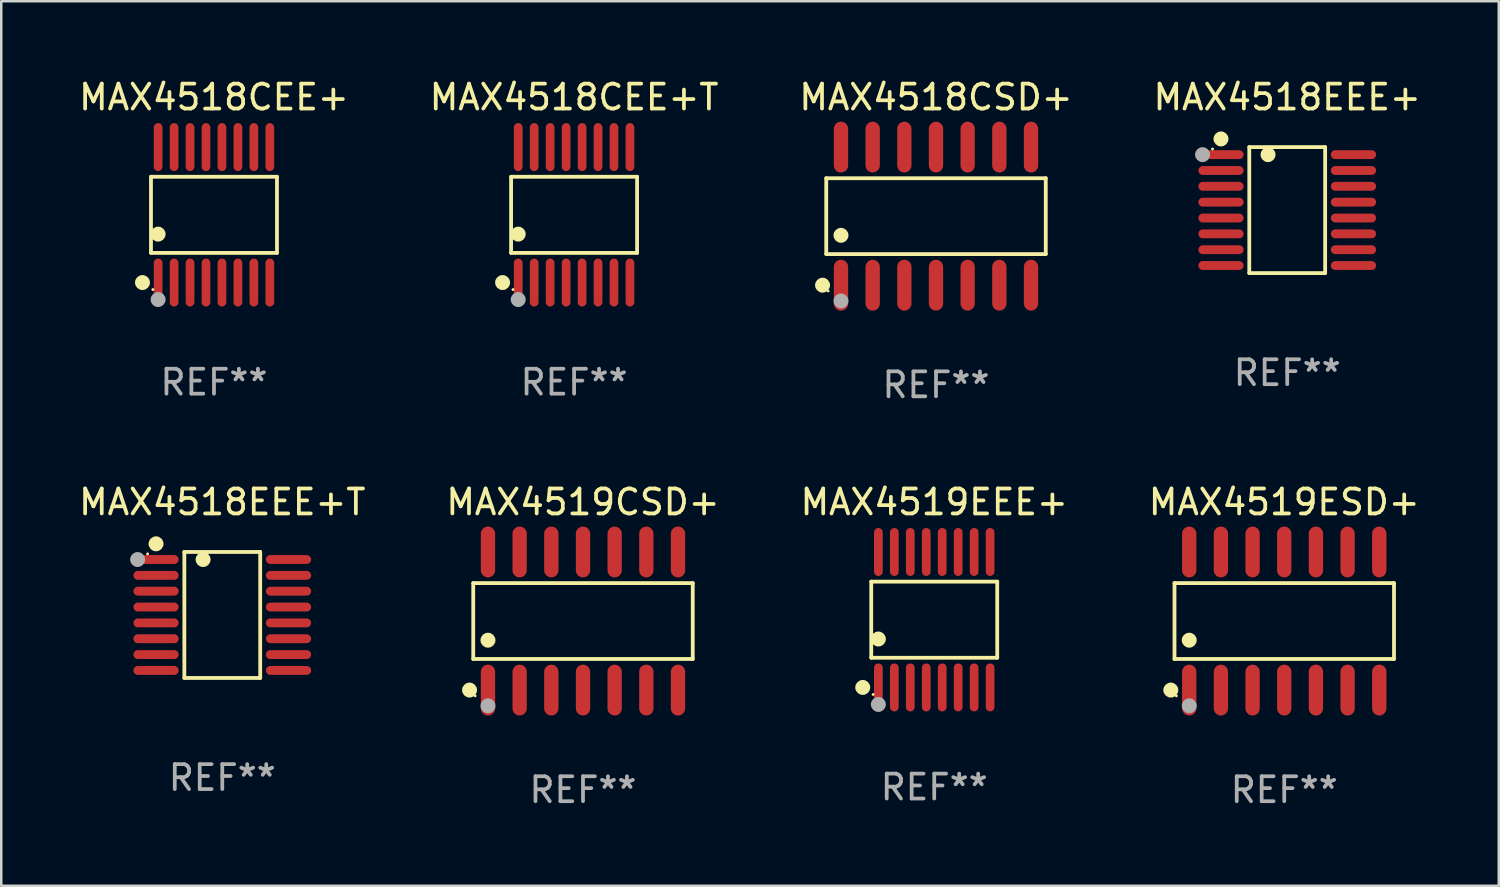
<source format=kicad_pcb>
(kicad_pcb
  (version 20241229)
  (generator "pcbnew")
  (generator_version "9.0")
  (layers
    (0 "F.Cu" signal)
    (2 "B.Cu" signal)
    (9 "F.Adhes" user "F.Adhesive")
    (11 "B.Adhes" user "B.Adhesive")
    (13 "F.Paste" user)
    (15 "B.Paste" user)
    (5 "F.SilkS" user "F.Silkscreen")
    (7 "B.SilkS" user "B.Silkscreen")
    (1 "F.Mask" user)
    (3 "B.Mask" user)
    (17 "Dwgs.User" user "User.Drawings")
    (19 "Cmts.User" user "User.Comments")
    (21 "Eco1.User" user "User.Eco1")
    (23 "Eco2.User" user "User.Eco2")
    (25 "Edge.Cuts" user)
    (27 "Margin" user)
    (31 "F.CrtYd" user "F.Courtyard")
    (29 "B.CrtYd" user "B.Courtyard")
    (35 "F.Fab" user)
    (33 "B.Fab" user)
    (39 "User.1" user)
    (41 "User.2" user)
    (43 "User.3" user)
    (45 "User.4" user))
  (footprint "MAX4519EEE+"
    (layer "F.Cu")
    (at 34.411 21.799)
    (property "Reference" "MAX4519EEE+" (at 0 -4.716 0) (layer "F.SilkS") (effects (font (size 1 1) (thickness 0.15))))
    (attr through_hole)
    (fp_line (start -2.526 -1.526) (end 2.526 -1.526) (stroke (width 0.152) (type solid)) (layer "F.SilkS"))
    (fp_line (start -2.526 1.526) (end -2.526 -1.526) (stroke (width 0.152) (type solid)) (layer "F.SilkS"))
    (fp_line (start 2.526 -1.526) (end 2.526 1.526) (stroke (width 0.152) (type solid)) (layer "F.SilkS"))
    (fp_line (start 2.526 1.526) (end -2.526 1.526) (stroke (width 0.152) (type solid)) (layer "F.SilkS"))
    (fp_circle (center -2.867 2.716) (end -2.717 2.716) (stroke (width 0.3) (type solid)) (fill no) (layer "F.SilkS"))
    (fp_circle (center -2.45 2.997) (end -2.42 2.997) (stroke (width 0.06) (type solid)) (fill no) (layer "F.SilkS"))
    (fp_circle (center -2.24 0.774) (end -2.09 0.774) (stroke (width 0.3) (type solid)) (fill no) (layer "F.SilkS"))
    (fp_circle (center -2.24 3.398) (end -2.09 3.398) (stroke (width 0.3) (type solid)) (fill no) (layer "F.Fab"))
    (fp_text user "REF**" (at 0 6.716 0) (layer "F.Fab") (effects (font (size 1 1) (thickness 0.15))))
    (pad "1" smd oval (at -2.24 2.716) (size 0.35 1.922) (layers "F.Cu" "F.Mask" "F.Paste"))
    (pad "2" smd oval (at -1.6 2.716) (size 0.35 1.922) (layers "F.Cu" "F.Mask" "F.Paste"))
    (pad "3" smd oval (at -0.96 2.716) (size 0.35 1.922) (layers "F.Cu" "F.Mask" "F.Paste"))
    (pad "4" smd oval (at -0.32 2.716) (size 0.35 1.922) (layers "F.Cu" "F.Mask" "F.Paste"))
    (pad "5" smd oval (at 0.32 2.716) (size 0.35 1.922) (layers "F.Cu" "F.Mask" "F.Paste"))
    (pad "6" smd oval (at 0.96 2.716) (size 0.35 1.922) (layers "F.Cu" "F.Mask" "F.Paste"))
    (pad "7" smd oval (at 1.6 2.716) (size 0.35 1.922) (layers "F.Cu" "F.Mask" "F.Paste"))
    (pad "8" smd oval (at 2.24 2.716) (size 0.35 1.922) (layers "F.Cu" "F.Mask" "F.Paste"))
    (pad "9" smd oval (at 2.24 -2.716) (size 0.35 1.922) (layers "F.Cu" "F.Mask" "F.Paste"))
    (pad "10" smd oval (at 1.6 -2.716) (size 0.35 1.922) (layers "F.Cu" "F.Mask" "F.Paste"))
    (pad "11" smd oval (at 0.96 -2.716) (size 0.35 1.922) (layers "F.Cu" "F.Mask" "F.Paste"))
    (pad "12" smd oval (at 0.32 -2.716) (size 0.35 1.922) (layers "F.Cu" "F.Mask" "F.Paste"))
    (pad "13" smd oval (at -0.32 -2.716) (size 0.35 1.922) (layers "F.Cu" "F.Mask" "F.Paste"))
    (pad "14" smd oval (at -0.96 -2.716) (size 0.35 1.922) (layers "F.Cu" "F.Mask" "F.Paste"))
    (pad "15" smd oval (at -1.6 -2.716) (size 0.35 1.922) (layers "F.Cu" "F.Mask" "F.Paste"))
    (pad "16" smd oval (at -2.24 -2.716) (size 0.35 1.922) (layers "F.Cu" "F.Mask" "F.Paste")))
  (footprint "MAX4519CSD+"
    (layer "F.Cu")
    (at 20.327 21.852)
    (property "Reference" "MAX4519CSD+" (at 0 -4.769 0) (layer "F.SilkS") (effects (font (size 1 1) (thickness 0.15))))
    (attr through_hole)
    (fp_line (start -4.401 -1.521) (end 4.401 -1.521) (stroke (width 0.152) (type solid)) (layer "F.SilkS"))
    (fp_line (start -4.401 1.521) (end -4.401 -1.521) (stroke (width 0.152) (type solid)) (layer "F.SilkS"))
    (fp_line (start 4.401 -1.521) (end 4.401 1.521) (stroke (width 0.152) (type solid)) (layer "F.SilkS"))
    (fp_line (start 4.401 1.521) (end -4.401 1.521) (stroke (width 0.152) (type solid)) (layer "F.SilkS"))
    (fp_circle (center -4.549 2.769) (end -4.399 2.769) (stroke (width 0.3) (type solid)) (fill no) (layer "F.SilkS"))
    (fp_circle (center -4.325 3) (end -4.295 3) (stroke (width 0.06) (type solid)) (fill no) (layer "F.SilkS"))
    (fp_circle (center -3.81 0.769) (end -3.66 0.769) (stroke (width 0.3) (type solid)) (fill no) (layer "F.SilkS"))
    (fp_circle (center -3.81 3.4) (end -3.66 3.4) (stroke (width 0.3) (type solid)) (fill no) (layer "F.Fab"))
    (fp_text user "REF**" (at 0 6.769 0) (layer "F.Fab") (effects (font (size 1 1) (thickness 0.15))))
    (pad "1" smd oval (at -3.81 2.769) (size 0.574 2.038) (layers "F.Cu" "F.Mask" "F.Paste"))
    (pad "2" smd oval (at -2.54 2.769) (size 0.574 2.038) (layers "F.Cu" "F.Mask" "F.Paste"))
    (pad "3" smd oval (at -1.27 2.769) (size 0.574 2.038) (layers "F.Cu" "F.Mask" "F.Paste"))
    (pad "4" smd oval (at 0 2.769) (size 0.574 2.038) (layers "F.Cu" "F.Mask" "F.Paste"))
    (pad "5" smd oval (at 1.27 2.769) (size 0.574 2.038) (layers "F.Cu" "F.Mask" "F.Paste"))
    (pad "6" smd oval (at 2.54 2.769) (size 0.574 2.038) (layers "F.Cu" "F.Mask" "F.Paste"))
    (pad "7" smd oval (at 3.81 2.769) (size 0.574 2.038) (layers "F.Cu" "F.Mask" "F.Paste"))
    (pad "8" smd oval (at 3.81 -2.769) (size 0.574 2.038) (layers "F.Cu" "F.Mask" "F.Paste"))
    (pad "9" smd oval (at 2.54 -2.769) (size 0.574 2.038) (layers "F.Cu" "F.Mask" "F.Paste"))
    (pad "10" smd oval (at 1.27 -2.769) (size 0.574 2.038) (layers "F.Cu" "F.Mask" "F.Paste"))
    (pad "11" smd oval (at 0 -2.769) (size 0.574 2.038) (layers "F.Cu" "F.Mask" "F.Paste"))
    (pad "12" smd oval (at -1.27 -2.769) (size 0.574 2.038) (layers "F.Cu" "F.Mask" "F.Paste"))
    (pad "13" smd oval (at -2.54 -2.769) (size 0.574 2.038) (layers "F.Cu" "F.Mask" "F.Paste"))
    (pad "14" smd oval (at -3.81 -2.769) (size 0.574 2.038) (layers "F.Cu" "F.Mask" "F.Paste")))
  (footprint "MAX4518CSD+"
    (layer "F.Cu")
    (at 34.482 5.617)
    (property "Reference" "MAX4518CSD+" (at 0 -4.769 0) (layer "F.SilkS") (effects (font (size 1 1) (thickness 0.15))))
    (attr through_hole)
    (fp_line (start -4.401 -1.521) (end 4.401 -1.521) (stroke (width 0.152) (type solid)) (layer "F.SilkS"))
    (fp_line (start -4.401 1.521) (end -4.401 -1.521) (stroke (width 0.152) (type solid)) (layer "F.SilkS"))
    (fp_line (start 4.401 -1.521) (end 4.401 1.521) (stroke (width 0.152) (type solid)) (layer "F.SilkS"))
    (fp_line (start 4.401 1.521) (end -4.401 1.521) (stroke (width 0.152) (type solid)) (layer "F.SilkS"))
    (fp_circle (center -4.549 2.769) (end -4.399 2.769) (stroke (width 0.3) (type solid)) (fill no) (layer "F.SilkS"))
    (fp_circle (center -4.325 3) (end -4.295 3) (stroke (width 0.06) (type solid)) (fill no) (layer "F.SilkS"))
    (fp_circle (center -3.81 0.769) (end -3.66 0.769) (stroke (width 0.3) (type solid)) (fill no) (layer "F.SilkS"))
    (fp_circle (center -3.81 3.4) (end -3.66 3.4) (stroke (width 0.3) (type solid)) (fill no) (layer "F.Fab"))
    (fp_text user "REF**" (at 0 6.769 0) (layer "F.Fab") (effects (font (size 1 1) (thickness 0.15))))
    (pad "1" smd oval (at -3.81 2.769) (size 0.574 2.038) (layers "F.Cu" "F.Mask" "F.Paste"))
    (pad "2" smd oval (at -2.54 2.769) (size 0.574 2.038) (layers "F.Cu" "F.Mask" "F.Paste"))
    (pad "3" smd oval (at -1.27 2.769) (size 0.574 2.038) (layers "F.Cu" "F.Mask" "F.Paste"))
    (pad "4" smd oval (at 0 2.769) (size 0.574 2.038) (layers "F.Cu" "F.Mask" "F.Paste"))
    (pad "5" smd oval (at 1.27 2.769) (size 0.574 2.038) (layers "F.Cu" "F.Mask" "F.Paste"))
    (pad "6" smd oval (at 2.54 2.769) (size 0.574 2.038) (layers "F.Cu" "F.Mask" "F.Paste"))
    (pad "7" smd oval (at 3.81 2.769) (size 0.574 2.038) (layers "F.Cu" "F.Mask" "F.Paste"))
    (pad "8" smd oval (at 3.81 -2.769) (size 0.574 2.038) (layers "F.Cu" "F.Mask" "F.Paste"))
    (pad "9" smd oval (at 2.54 -2.769) (size 0.574 2.038) (layers "F.Cu" "F.Mask" "F.Paste"))
    (pad "10" smd oval (at 1.27 -2.769) (size 0.574 2.038) (layers "F.Cu" "F.Mask" "F.Paste"))
    (pad "11" smd oval (at 0 -2.769) (size 0.574 2.038) (layers "F.Cu" "F.Mask" "F.Paste"))
    (pad "12" smd oval (at -1.27 -2.769) (size 0.574 2.038) (layers "F.Cu" "F.Mask" "F.Paste"))
    (pad "13" smd oval (at -2.54 -2.769) (size 0.574 2.038) (layers "F.Cu" "F.Mask" "F.Paste"))
    (pad "14" smd oval (at -3.81 -2.769) (size 0.574 2.038) (layers "F.Cu" "F.Mask" "F.Paste")))
  (footprint "MAX4519ESD+"
    (layer "F.Cu")
    (at 48.446 21.852)
    (property "Reference" "MAX4519ESD+" (at 0 -4.769 0) (layer "F.SilkS") (effects (font (size 1 1) (thickness 0.15))))
    (attr through_hole)
    (fp_line (start -4.401 -1.521) (end 4.401 -1.521) (stroke (width 0.152) (type solid)) (layer "F.SilkS"))
    (fp_line (start -4.401 1.521) (end -4.401 -1.521) (stroke (width 0.152) (type solid)) (layer "F.SilkS"))
    (fp_line (start 4.401 -1.521) (end 4.401 1.521) (stroke (width 0.152) (type solid)) (layer "F.SilkS"))
    (fp_line (start 4.401 1.521) (end -4.401 1.521) (stroke (width 0.152) (type solid)) (layer "F.SilkS"))
    (fp_circle (center -4.549 2.769) (end -4.399 2.769) (stroke (width 0.3) (type solid)) (fill no) (layer "F.SilkS"))
    (fp_circle (center -4.325 3) (end -4.295 3) (stroke (width 0.06) (type solid)) (fill no) (layer "F.SilkS"))
    (fp_circle (center -3.81 0.769) (end -3.66 0.769) (stroke (width 0.3) (type solid)) (fill no) (layer "F.SilkS"))
    (fp_circle (center -3.81 3.4) (end -3.66 3.4) (stroke (width 0.3) (type solid)) (fill no) (layer "F.Fab"))
    (fp_text user "REF**" (at 0 6.769 0) (layer "F.Fab") (effects (font (size 1 1) (thickness 0.15))))
    (pad "1" smd oval (at -3.81 2.769) (size 0.574 2.038) (layers "F.Cu" "F.Mask" "F.Paste"))
    (pad "2" smd oval (at -2.54 2.769) (size 0.574 2.038) (layers "F.Cu" "F.Mask" "F.Paste"))
    (pad "3" smd oval (at -1.27 2.769) (size 0.574 2.038) (layers "F.Cu" "F.Mask" "F.Paste"))
    (pad "4" smd oval (at 0 2.769) (size 0.574 2.038) (layers "F.Cu" "F.Mask" "F.Paste"))
    (pad "5" smd oval (at 1.27 2.769) (size 0.574 2.038) (layers "F.Cu" "F.Mask" "F.Paste"))
    (pad "6" smd oval (at 2.54 2.769) (size 0.574 2.038) (layers "F.Cu" "F.Mask" "F.Paste"))
    (pad "7" smd oval (at 3.81 2.769) (size 0.574 2.038) (layers "F.Cu" "F.Mask" "F.Paste"))
    (pad "8" smd oval (at 3.81 -2.769) (size 0.574 2.038) (layers "F.Cu" "F.Mask" "F.Paste"))
    (pad "9" smd oval (at 2.54 -2.769) (size 0.574 2.038) (layers "F.Cu" "F.Mask" "F.Paste"))
    (pad "10" smd oval (at 1.27 -2.769) (size 0.574 2.038) (layers "F.Cu" "F.Mask" "F.Paste"))
    (pad "11" smd oval (at 0 -2.769) (size 0.574 2.038) (layers "F.Cu" "F.Mask" "F.Paste"))
    (pad "12" smd oval (at -1.27 -2.769) (size 0.574 2.038) (layers "F.Cu" "F.Mask" "F.Paste"))
    (pad "13" smd oval (at -2.54 -2.769) (size 0.574 2.038) (layers "F.Cu" "F.Mask" "F.Paste"))
    (pad "14" smd oval (at -3.81 -2.769) (size 0.574 2.038) (layers "F.Cu" "F.Mask" "F.Paste")))
  (footprint "MAX4518EEE+"
    (layer "F.Cu")
    (at 48.565 5.374)
    (property "Reference" "MAX4518EEE+" (at 0 -4.526 0) (layer "F.SilkS") (effects (font (size 1 1) (thickness 0.15))))
    (attr through_hole)
    (fp_line (start -1.521 -2.526) (end 1.521 -2.526) (stroke (width 0.152) (type solid)) (layer "F.SilkS"))
    (fp_line (start -1.521 2.526) (end -1.521 -2.526) (stroke (width 0.152) (type solid)) (layer "F.SilkS"))
    (fp_line (start 1.521 -2.526) (end 1.521 2.526) (stroke (width 0.152) (type solid)) (layer "F.SilkS"))
    (fp_line (start 1.521 2.526) (end -1.521 2.526) (stroke (width 0.152) (type solid)) (layer "F.SilkS"))
    (fp_circle (center -2.995 -2.45) (end -2.965 -2.45) (stroke (width 0.06) (type solid)) (fill no) (layer "F.SilkS"))
    (fp_circle (center -2.656 -2.853) (end -2.506 -2.853) (stroke (width 0.3) (type solid)) (fill no) (layer "F.SilkS"))
    (fp_circle (center -0.769 -2.223) (end -0.619 -2.223) (stroke (width 0.3) (type solid)) (fill no) (layer "F.SilkS"))
    (fp_circle (center -3.395 -2.223) (end -3.245 -2.223) (stroke (width 0.3) (type solid)) (fill no) (layer "F.Fab"))
    (fp_text user "REF**" (at 0 6.526 0) (layer "F.Fab") (effects (font (size 1 1) (thickness 0.15))))
    (pad "1" smd oval (at -2.656 -2.223 270) (size 0.356 1.813) (layers "F.Cu" "F.Mask" "F.Paste"))
    (pad "2" smd oval (at -2.656 -1.588 270) (size 0.356 1.813) (layers "F.Cu" "F.Mask" "F.Paste"))
    (pad "3" smd oval (at -2.656 -0.953 270) (size 0.356 1.813) (layers "F.Cu" "F.Mask" "F.Paste"))
    (pad "4" smd oval (at -2.656 -0.318 270) (size 0.356 1.813) (layers "F.Cu" "F.Mask" "F.Paste"))
    (pad "5" smd oval (at -2.656 0.318 270) (size 0.356 1.813) (layers "F.Cu" "F.Mask" "F.Paste"))
    (pad "6" smd oval (at -2.656 0.953 270) (size 0.356 1.813) (layers "F.Cu" "F.Mask" "F.Paste"))
    (pad "7" smd oval (at -2.656 1.588 270) (size 0.356 1.813) (layers "F.Cu" "F.Mask" "F.Paste"))
    (pad "8" smd oval (at -2.656 2.223 270) (size 0.356 1.813) (layers "F.Cu" "F.Mask" "F.Paste"))
    (pad "9" smd oval (at 2.656 2.223 270) (size 0.356 1.813) (layers "F.Cu" "F.Mask" "F.Paste"))
    (pad "10" smd oval (at 2.656 1.588 270) (size 0.356 1.813) (layers "F.Cu" "F.Mask" "F.Paste"))
    (pad "11" smd oval (at 2.656 0.953 270) (size 0.356 1.813) (layers "F.Cu" "F.Mask" "F.Paste"))
    (pad "12" smd oval (at 2.656 0.318 270) (size 0.356 1.813) (layers "F.Cu" "F.Mask" "F.Paste"))
    (pad "13" smd oval (at 2.656 -0.318 270) (size 0.356 1.813) (layers "F.Cu" "F.Mask" "F.Paste"))
    (pad "14" smd oval (at 2.656 -0.953 270) (size 0.356 1.813) (layers "F.Cu" "F.Mask" "F.Paste"))
    (pad "15" smd oval (at 2.656 -1.588 270) (size 0.356 1.813) (layers "F.Cu" "F.Mask" "F.Paste"))
    (pad "16" smd oval (at 2.656 -2.223 270) (size 0.356 1.813) (layers "F.Cu" "F.Mask" "F.Paste")))
  (footprint "MAX4518CEE+"
    (layer "F.Cu")
    (at 5.53 5.564)
    (property "Reference" "MAX4518CEE+" (at 0 -4.716 0) (layer "F.SilkS") (effects (font (size 1 1) (thickness 0.15))))
    (attr through_hole)
    (fp_line (start -2.526 -1.526) (end 2.526 -1.526) (stroke (width 0.152) (type solid)) (layer "F.SilkS"))
    (fp_line (start -2.526 1.526) (end -2.526 -1.526) (stroke (width 0.152) (type solid)) (layer "F.SilkS"))
    (fp_line (start 2.526 -1.526) (end 2.526 1.526) (stroke (width 0.152) (type solid)) (layer "F.SilkS"))
    (fp_line (start 2.526 1.526) (end -2.526 1.526) (stroke (width 0.152) (type solid)) (layer "F.SilkS"))
    (fp_circle (center -2.867 2.716) (end -2.717 2.716) (stroke (width 0.3) (type solid)) (fill no) (layer "F.SilkS"))
    (fp_circle (center -2.45 2.997) (end -2.42 2.997) (stroke (width 0.06) (type solid)) (fill no) (layer "F.SilkS"))
    (fp_circle (center -2.24 0.774) (end -2.09 0.774) (stroke (width 0.3) (type solid)) (fill no) (layer "F.SilkS"))
    (fp_circle (center -2.24 3.398) (end -2.09 3.398) (stroke (width 0.3) (type solid)) (fill no) (layer "F.Fab"))
    (fp_text user "REF**" (at 0 6.716 0) (layer "F.Fab") (effects (font (size 1 1) (thickness 0.15))))
    (pad "1" smd oval (at -2.24 2.716) (size 0.35 1.922) (layers "F.Cu" "F.Mask" "F.Paste"))
    (pad "2" smd oval (at -1.6 2.716) (size 0.35 1.922) (layers "F.Cu" "F.Mask" "F.Paste"))
    (pad "3" smd oval (at -0.96 2.716) (size 0.35 1.922) (layers "F.Cu" "F.Mask" "F.Paste"))
    (pad "4" smd oval (at -0.32 2.716) (size 0.35 1.922) (layers "F.Cu" "F.Mask" "F.Paste"))
    (pad "5" smd oval (at 0.32 2.716) (size 0.35 1.922) (layers "F.Cu" "F.Mask" "F.Paste"))
    (pad "6" smd oval (at 0.96 2.716) (size 0.35 1.922) (layers "F.Cu" "F.Mask" "F.Paste"))
    (pad "7" smd oval (at 1.6 2.716) (size 0.35 1.922) (layers "F.Cu" "F.Mask" "F.Paste"))
    (pad "8" smd oval (at 2.24 2.716) (size 0.35 1.922) (layers "F.Cu" "F.Mask" "F.Paste"))
    (pad "9" smd oval (at 2.24 -2.716) (size 0.35 1.922) (layers "F.Cu" "F.Mask" "F.Paste"))
    (pad "10" smd oval (at 1.6 -2.716) (size 0.35 1.922) (layers "F.Cu" "F.Mask" "F.Paste"))
    (pad "11" smd oval (at 0.96 -2.716) (size 0.35 1.922) (layers "F.Cu" "F.Mask" "F.Paste"))
    (pad "12" smd oval (at 0.32 -2.716) (size 0.35 1.922) (layers "F.Cu" "F.Mask" "F.Paste"))
    (pad "13" smd oval (at -0.32 -2.716) (size 0.35 1.922) (layers "F.Cu" "F.Mask" "F.Paste"))
    (pad "14" smd oval (at -0.96 -2.716) (size 0.35 1.922) (layers "F.Cu" "F.Mask" "F.Paste"))
    (pad "15" smd oval (at -1.6 -2.716) (size 0.35 1.922) (layers "F.Cu" "F.Mask" "F.Paste"))
    (pad "16" smd oval (at -2.24 -2.716) (size 0.35 1.922) (layers "F.Cu" "F.Mask" "F.Paste")))
  (footprint "MAX4518EEE+T"
    (layer "F.Cu")
    (at 5.863 21.609)
    (property "Reference" "MAX4518EEE+T" (at 0 -4.526 0) (layer "F.SilkS") (effects (font (size 1 1) (thickness 0.15))))
    (attr through_hole)
    (fp_line (start -1.521 -2.526) (end 1.521 -2.526) (stroke (width 0.152) (type solid)) (layer "F.SilkS"))
    (fp_line (start -1.521 2.526) (end -1.521 -2.526) (stroke (width 0.152) (type solid)) (layer "F.SilkS"))
    (fp_line (start 1.521 -2.526) (end 1.521 2.526) (stroke (width 0.152) (type solid)) (layer "F.SilkS"))
    (fp_line (start 1.521 2.526) (end -1.521 2.526) (stroke (width 0.152) (type solid)) (layer "F.SilkS"))
    (fp_circle (center -2.995 -2.45) (end -2.965 -2.45) (stroke (width 0.06) (type solid)) (fill no) (layer "F.SilkS"))
    (fp_circle (center -2.656 -2.853) (end -2.506 -2.853) (stroke (width 0.3) (type solid)) (fill no) (layer "F.SilkS"))
    (fp_circle (center -0.769 -2.223) (end -0.619 -2.223) (stroke (width 0.3) (type solid)) (fill no) (layer "F.SilkS"))
    (fp_circle (center -3.395 -2.223) (end -3.245 -2.223) (stroke (width 0.3) (type solid)) (fill no) (layer "F.Fab"))
    (fp_text user "REF**" (at 0 6.526 0) (layer "F.Fab") (effects (font (size 1 1) (thickness 0.15))))
    (pad "1" smd oval (at -2.656 -2.223 270) (size 0.356 1.813) (layers "F.Cu" "F.Mask" "F.Paste"))
    (pad "2" smd oval (at -2.656 -1.588 270) (size 0.356 1.813) (layers "F.Cu" "F.Mask" "F.Paste"))
    (pad "3" smd oval (at -2.656 -0.953 270) (size 0.356 1.813) (layers "F.Cu" "F.Mask" "F.Paste"))
    (pad "4" smd oval (at -2.656 -0.318 270) (size 0.356 1.813) (layers "F.Cu" "F.Mask" "F.Paste"))
    (pad "5" smd oval (at -2.656 0.318 270) (size 0.356 1.813) (layers "F.Cu" "F.Mask" "F.Paste"))
    (pad "6" smd oval (at -2.656 0.953 270) (size 0.356 1.813) (layers "F.Cu" "F.Mask" "F.Paste"))
    (pad "7" smd oval (at -2.656 1.588 270) (size 0.356 1.813) (layers "F.Cu" "F.Mask" "F.Paste"))
    (pad "8" smd oval (at -2.656 2.223 270) (size 0.356 1.813) (layers "F.Cu" "F.Mask" "F.Paste"))
    (pad "9" smd oval (at 2.656 2.223 270) (size 0.356 1.813) (layers "F.Cu" "F.Mask" "F.Paste"))
    (pad "10" smd oval (at 2.656 1.588 270) (size 0.356 1.813) (layers "F.Cu" "F.Mask" "F.Paste"))
    (pad "11" smd oval (at 2.656 0.953 270) (size 0.356 1.813) (layers "F.Cu" "F.Mask" "F.Paste"))
    (pad "12" smd oval (at 2.656 0.318 270) (size 0.356 1.813) (layers "F.Cu" "F.Mask" "F.Paste"))
    (pad "13" smd oval (at 2.656 -0.318 270) (size 0.356 1.813) (layers "F.Cu" "F.Mask" "F.Paste"))
    (pad "14" smd oval (at 2.656 -0.953 270) (size 0.356 1.813) (layers "F.Cu" "F.Mask" "F.Paste"))
    (pad "15" smd oval (at 2.656 -1.588 270) (size 0.356 1.813) (layers "F.Cu" "F.Mask" "F.Paste"))
    (pad "16" smd oval (at 2.656 -2.223 270) (size 0.356 1.813) (layers "F.Cu" "F.Mask" "F.Paste")))
  (footprint "MAX4518CEE+T"
    (layer "F.Cu")
    (at 19.97 5.564)
    (property "Reference" "MAX4518CEE+T" (at 0 -4.716 0) (layer "F.SilkS") (effects (font (size 1 1) (thickness 0.15))))
    (attr through_hole)
    (fp_line (start -2.526 -1.526) (end 2.526 -1.526) (stroke (width 0.152) (type solid)) (layer "F.SilkS"))
    (fp_line (start -2.526 1.526) (end -2.526 -1.526) (stroke (width 0.152) (type solid)) (layer "F.SilkS"))
    (fp_line (start 2.526 -1.526) (end 2.526 1.526) (stroke (width 0.152) (type solid)) (layer "F.SilkS"))
    (fp_line (start 2.526 1.526) (end -2.526 1.526) (stroke (width 0.152) (type solid)) (layer "F.SilkS"))
    (fp_circle (center -2.867 2.716) (end -2.717 2.716) (stroke (width 0.3) (type solid)) (fill no) (layer "F.SilkS"))
    (fp_circle (center -2.45 2.997) (end -2.42 2.997) (stroke (width 0.06) (type solid)) (fill no) (layer "F.SilkS"))
    (fp_circle (center -2.24 0.774) (end -2.09 0.774) (stroke (width 0.3) (type solid)) (fill no) (layer "F.SilkS"))
    (fp_circle (center -2.24 3.398) (end -2.09 3.398) (stroke (width 0.3) (type solid)) (fill no) (layer "F.Fab"))
    (fp_text user "REF**" (at 0 6.716 0) (layer "F.Fab") (effects (font (size 1 1) (thickness 0.15))))
    (pad "1" smd oval (at -2.24 2.716) (size 0.35 1.922) (layers "F.Cu" "F.Mask" "F.Paste"))
    (pad "2" smd oval (at -1.6 2.716) (size 0.35 1.922) (layers "F.Cu" "F.Mask" "F.Paste"))
    (pad "3" smd oval (at -0.96 2.716) (size 0.35 1.922) (layers "F.Cu" "F.Mask" "F.Paste"))
    (pad "4" smd oval (at -0.32 2.716) (size 0.35 1.922) (layers "F.Cu" "F.Mask" "F.Paste"))
    (pad "5" smd oval (at 0.32 2.716) (size 0.35 1.922) (layers "F.Cu" "F.Mask" "F.Paste"))
    (pad "6" smd oval (at 0.96 2.716) (size 0.35 1.922) (layers "F.Cu" "F.Mask" "F.Paste"))
    (pad "7" smd oval (at 1.6 2.716) (size 0.35 1.922) (layers "F.Cu" "F.Mask" "F.Paste"))
    (pad "8" smd oval (at 2.24 2.716) (size 0.35 1.922) (layers "F.Cu" "F.Mask" "F.Paste"))
    (pad "9" smd oval (at 2.24 -2.716) (size 0.35 1.922) (layers "F.Cu" "F.Mask" "F.Paste"))
    (pad "10" smd oval (at 1.6 -2.716) (size 0.35 1.922) (layers "F.Cu" "F.Mask" "F.Paste"))
    (pad "11" smd oval (at 0.96 -2.716) (size 0.35 1.922) (layers "F.Cu" "F.Mask" "F.Paste"))
    (pad "12" smd oval (at 0.32 -2.716) (size 0.35 1.922) (layers "F.Cu" "F.Mask" "F.Paste"))
    (pad "13" smd oval (at -0.32 -2.716) (size 0.35 1.922) (layers "F.Cu" "F.Mask" "F.Paste"))
    (pad "14" smd oval (at -0.96 -2.716) (size 0.35 1.922) (layers "F.Cu" "F.Mask" "F.Paste"))
    (pad "15" smd oval (at -1.6 -2.716) (size 0.35 1.922) (layers "F.Cu" "F.Mask" "F.Paste"))
    (pad "16" smd oval (at -2.24 -2.716) (size 0.35 1.922) (layers "F.Cu" "F.Mask" "F.Paste")))
  (gr_rect
    (start -3 -3)
    (end 57.048 32.469)
    (stroke (width 0.1) (type default))
    (fill no)
    (layer "Edge.Cuts")))
</source>
